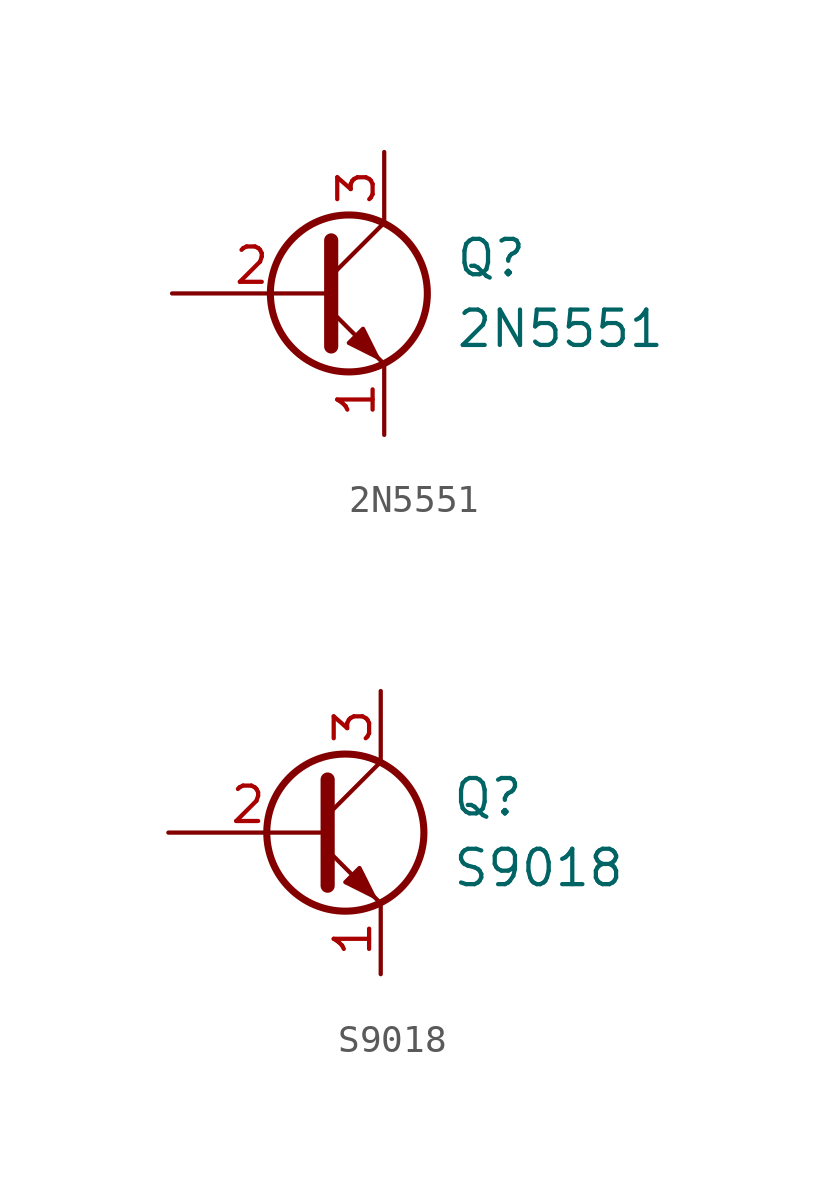
<source format=kicad_sym>
(kicad_symbol_lib
  (version 20211014)
  (generator kicad_symbol_editor)
  (symbol "2N5551"
    (pin_names
      (offset 0) hide)
    (property "Reference" "Q"
      (at 3.81 1.27 0)
      (effects (font (size 1.27 1.27)) (justify left)))
    (property "Value" "2N5551"
      (at 3.81 -1.27 0)
      (effects (font (size 1.27 1.27)) (justify left)))
    (symbol "2N5551_0_1"
      (polyline (pts (xy -0.635 0.635) (xy 1.27 2.54)) (stroke (width 0) (type default) (color 0 0 0 0)) (fill (type none)))
      (polyline (pts (xy -0.635 -0.635) (xy 1.27 -2.54) (xy 1.27 -2.54)) (stroke (width 0) (type default) (color 0 0 0 0)) (fill (type none)))
      (polyline (pts (xy -0.635 1.905) (xy -0.635 -1.905) (xy -0.635 -1.905)) (stroke (width 0.508) (type default) (color 0 0 0 0)) (fill (type none)))
      (polyline (pts (xy 0 -1.778) (xy 0.508 -1.27) (xy 1.016 -2.286) (xy 0 -1.778) (xy 0 -1.778)) (stroke (width 0) (type default) (color 0 0 0 0)) (fill (type outline)))
      (circle (center 0 0) (radius 2.819) (stroke (width 0.254) (type default) (color 0 0 0 0)) (fill (type none))))
    (symbol "2N5551_1_1"
      (pin passive line (at 1.27 -5.08 90) (length 2.54) (name "E" (effects (font (size 1.27 1.27)))) (number "1" (effects (font (size 1.27 1.27)))))
      (pin input line (at -6.35 0 0) (length 5.715) (name "B" (effects (font (size 1.27 1.27)))) (number "2" (effects (font (size 1.27 1.27)))))
      (pin passive line (at 1.27 5.08 270) (length 2.54) (name "C" (effects (font (size 1.27 1.27)))) (number "3" (effects (font (size 1.27 1.27)))))))
  (symbol "S9018"
    (pin_names
      (offset 0) hide)
    (property "Reference" "Q"
      (at 3.81 1.27 0)
      (effects (font (size 1.27 1.27)) (justify left)))
    (property "Value" "S9018"
      (at 3.81 -1.27 0)
      (effects (font (size 1.27 1.27)) (justify left)))
    (symbol "S9018_0_1"
      (polyline (pts (xy -0.635 0.635) (xy 1.27 2.54)) (stroke (width 0) (type default) (color 0 0 0 0)) (fill (type none)))
      (polyline (pts (xy -0.635 -0.635) (xy 1.27 -2.54) (xy 1.27 -2.54)) (stroke (width 0) (type default) (color 0 0 0 0)) (fill (type none)))
      (polyline (pts (xy -0.635 1.905) (xy -0.635 -1.905) (xy -0.635 -1.905)) (stroke (width 0.508) (type default) (color 0 0 0 0)) (fill (type none)))
      (polyline (pts (xy 0 -1.778) (xy 0.508 -1.27) (xy 1.016 -2.286) (xy 0 -1.778) (xy 0 -1.778)) (stroke (width 0) (type default) (color 0 0 0 0)) (fill (type outline)))
      (circle (center 0 0) (radius 2.819) (stroke (width 0.254) (type default) (color 0 0 0 0)) (fill (type none))))
    (symbol "S9018_1_1"
      (pin passive line (at 1.27 -5.08 90) (length 2.54) (name "E" (effects (font (size 1.27 1.27)))) (number "1" (effects (font (size 1.27 1.27)))))
      (pin input line (at -6.35 0 0) (length 5.715) (name "B" (effects (font (size 1.27 1.27)))) (number "2" (effects (font (size 1.27 1.27)))))
      (pin passive line (at 1.27 5.08 270) (length 2.54) (name "C" (effects (font (size 1.27 1.27)))) (number "3" (effects (font (size 1.27 1.27))))))))
</source>
